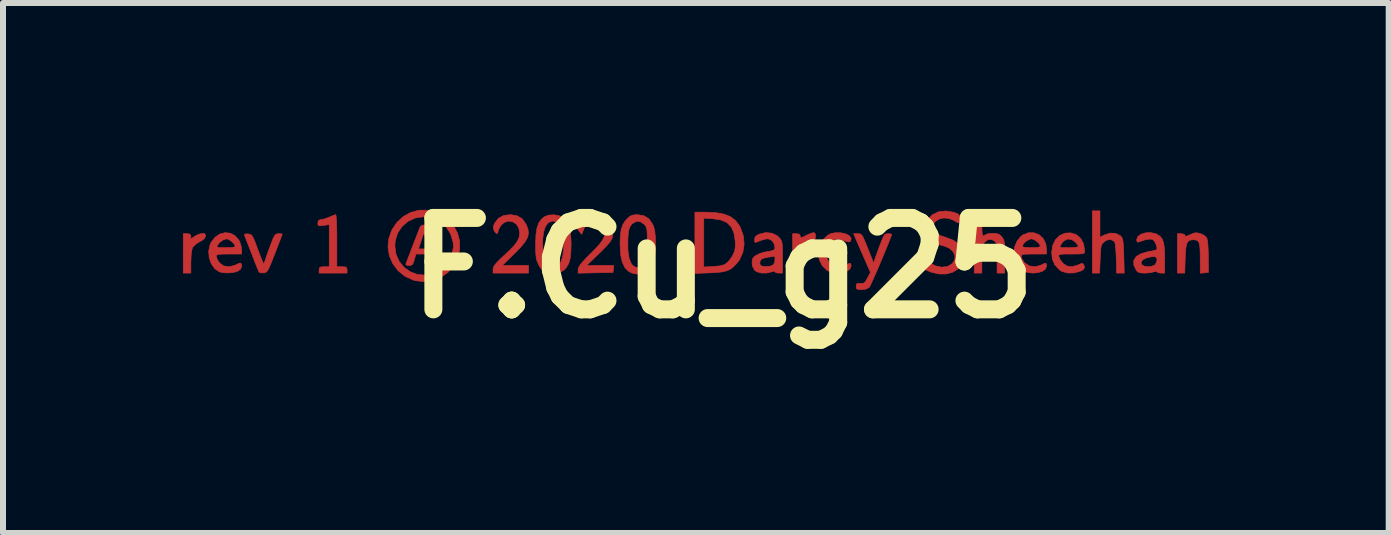
<source format=kicad_pcb>
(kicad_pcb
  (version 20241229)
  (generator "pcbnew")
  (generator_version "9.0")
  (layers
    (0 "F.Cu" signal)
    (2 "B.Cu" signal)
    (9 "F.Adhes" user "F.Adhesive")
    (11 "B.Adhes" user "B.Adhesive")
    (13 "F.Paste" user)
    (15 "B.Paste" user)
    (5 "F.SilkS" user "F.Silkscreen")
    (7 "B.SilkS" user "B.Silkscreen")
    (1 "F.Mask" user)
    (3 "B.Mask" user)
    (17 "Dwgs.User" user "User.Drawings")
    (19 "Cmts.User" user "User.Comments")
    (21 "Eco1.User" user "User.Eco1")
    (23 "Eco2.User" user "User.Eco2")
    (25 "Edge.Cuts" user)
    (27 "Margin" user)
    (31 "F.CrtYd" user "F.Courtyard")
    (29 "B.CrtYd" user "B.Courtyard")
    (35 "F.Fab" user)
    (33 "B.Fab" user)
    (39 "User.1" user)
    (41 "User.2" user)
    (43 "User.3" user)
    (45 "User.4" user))
  (footprint "F.Cu_g25"
    (layer "F.Cu")
    (at 9.001 1.418)
    (property "Reference" "F.Cu_g25" (at 0 0 0) (layer "F.SilkS") (effects (font (size 1.524 1.524) (thickness 0.3))))
    (attr through_hole)
    (fp_poly (pts (xy -8.643 -0.575) (xy -8.627 -0.555) (xy -8.625 -0.535) (xy -8.638 -0.497) (xy -8.681 -0.461) (xy -8.721 -0.44) (xy -8.782 -0.401) (xy -8.829 -0.357) (xy -8.842 -0.339) (xy -8.854 -0.292) (xy -8.864 -0.217) (xy -8.868 -0.125) (xy -8.869 -0.101) (xy -8.869 0.085) (xy -8.996 0.085) (xy -8.996 -0.572) (xy -8.932 -0.572) (xy -8.886 -0.565) (xy -8.87 -0.54) (xy -8.869 -0.528) (xy -8.869 -0.484) (xy -8.809 -0.526) (xy -8.748 -0.558) (xy -8.688 -0.575) (xy -8.643 -0.575)) (stroke (width 0.01) (type solid)) (fill yes) (layer "F.Cu"))
    (fp_poly (pts (xy 1.537 -0.578) (xy 1.545 -0.541) (xy 1.545 -0.529) (xy 1.538 -0.481) (xy 1.512 -0.466) (xy 1.508 -0.466) (xy 1.466 -0.455) (xy 1.411 -0.429) (xy 1.404 -0.424) (xy 1.353 -0.38) (xy 1.319 -0.314) (xy 1.299 -0.221) (xy 1.291 -0.094) (xy 1.291 -0.069) (xy 1.291 0.085) (xy 1.164 0.085) (xy 1.164 -0.572) (xy 1.228 -0.572) (xy 1.275 -0.564) (xy 1.291 -0.539) (xy 1.291 -0.532) (xy 1.294 -0.511) (xy 1.309 -0.506) (xy 1.345 -0.52) (xy 1.39 -0.543) (xy 1.466 -0.578) (xy 1.513 -0.59) (xy 1.537 -0.578)) (stroke (width 0.01) (type solid)) (fill yes) (layer "F.Cu"))
    (fp_poly (pts (xy 6.287 -0.513) (xy 6.369 -0.554) (xy 6.461 -0.582) (xy 6.55 -0.577) (xy 6.624 -0.54) (xy 6.64 -0.525) (xy 6.656 -0.501) (xy 6.667 -0.466) (xy 6.675 -0.411) (xy 6.681 -0.331) (xy 6.685 -0.216) (xy 6.685 -0.199) (xy 6.692 0.085) (xy 6.565 0.085) (xy 6.558 -0.168) (xy 6.554 -0.269) (xy 6.547 -0.353) (xy 6.539 -0.414) (xy 6.53 -0.441) (xy 6.469 -0.474) (xy 6.403 -0.466) (xy 6.359 -0.438) (xy 6.333 -0.414) (xy 6.316 -0.388) (xy 6.305 -0.351) (xy 6.298 -0.294) (xy 6.293 -0.209) (xy 6.291 -0.151) (xy 6.281 0.085) (xy 6.16 0.085) (xy 6.16 -0.953) (xy 6.287 -0.953) (xy 6.287 -0.513)) (stroke (width 0.01) (type solid)) (fill yes) (layer "F.Cu"))
    (fp_poly (pts (xy -6.448 -0.869) (xy -6.443 -0.813) (xy -6.439 -0.726) (xy -6.436 -0.616) (xy -6.435 -0.489) (xy -6.435 -0.455) (xy -6.435 -0.021) (xy -6.35 -0.021) (xy -6.295 -0.018) (xy -6.271 -0.005) (xy -6.265 0.027) (xy -6.265 0.032) (xy -6.265 0.085) (xy -6.731 0.085) (xy -6.731 0.032) (xy -6.726 -0.002) (xy -6.705 -0.017) (xy -6.654 -0.021) (xy -6.646 -0.021) (xy -6.562 -0.021) (xy -6.562 -0.724) (xy -6.657 -0.71) (xy -6.715 -0.703) (xy -6.743 -0.708) (xy -6.752 -0.729) (xy -6.752 -0.75) (xy -6.743 -0.792) (xy -6.71 -0.805) (xy -6.705 -0.805) (xy -6.657 -0.814) (xy -6.592 -0.836) (xy -6.565 -0.847) (xy -6.506 -0.872) (xy -6.464 -0.887) (xy -6.454 -0.889) (xy -6.448 -0.869)) (stroke (width 0.01) (type solid)) (fill yes) (layer "F.Cu"))
    (fp_poly (pts (xy 7.96 -0.574) (xy 8.019 -0.547) (xy 8.062 -0.511) (xy 8.067 -0.503) (xy 8.078 -0.461) (xy 8.087 -0.385) (xy 8.092 -0.281) (xy 8.094 -0.191) (xy 8.096 0.074) (xy 8.027 0.081) (xy 7.959 0.087) (xy 7.959 -0.165) (xy 7.957 -0.285) (xy 7.951 -0.369) (xy 7.938 -0.424) (xy 7.916 -0.455) (xy 7.882 -0.468) (xy 7.84 -0.471) (xy 7.792 -0.465) (xy 7.757 -0.445) (xy 7.734 -0.403) (xy 7.719 -0.334) (xy 7.711 -0.232) (xy 7.708 -0.158) (xy 7.701 0.085) (xy 7.578 0.085) (xy 7.578 -0.572) (xy 7.641 -0.572) (xy 7.69 -0.563) (xy 7.705 -0.542) (xy 7.713 -0.528) (xy 7.744 -0.535) (xy 7.791 -0.556) (xy 7.852 -0.582) (xy 7.901 -0.587) (xy 7.96 -0.574)) (stroke (width 0.01) (type solid)) (fill yes) (layer "F.Cu"))
    (fp_poly (pts (xy -0.126 -0.924) (xy 0.013 -0.9) (xy 0.123 -0.858) (xy 0.208 -0.795) (xy 0.274 -0.709) (xy 0.29 -0.679) (xy 0.341 -0.539) (xy 0.355 -0.397) (xy 0.333 -0.259) (xy 0.277 -0.135) (xy 0.24 -0.087) (xy 0.183 -0.025) (xy 0.127 0.019) (xy 0.063 0.048) (xy -0.018 0.066) (xy -0.125 0.076) (xy -0.217 0.081) (xy -0.466 0.09) (xy -0.466 -0.017) (xy -0.318 -0.017) (xy -0.16 -0.025) (xy -0.059 -0.034) (xy 0.011 -0.051) (xy 0.057 -0.076) (xy 0.103 -0.121) (xy 0.15 -0.185) (xy 0.166 -0.213) (xy 0.194 -0.275) (xy 0.206 -0.335) (xy 0.208 -0.412) (xy 0.206 -0.448) (xy 0.185 -0.584) (xy 0.14 -0.686) (xy 0.068 -0.758) (xy -0.035 -0.802) (xy -0.163 -0.821) (xy -0.318 -0.831) (xy -0.318 -0.017) (xy -0.466 -0.017) (xy -0.466 -0.931) (xy -0.299 -0.931) (xy -0.126 -0.924)) (stroke (width 0.01) (type solid)) (fill yes) (layer "F.Cu"))
    (fp_poly (pts (xy 4.318 -0.741) (xy 4.319 -0.638) (xy 4.324 -0.572) (xy 4.334 -0.539) (xy 4.351 -0.534) (xy 4.375 -0.553) (xy 4.377 -0.554) (xy 4.411 -0.569) (xy 4.471 -0.577) (xy 4.501 -0.579) (xy 4.57 -0.574) (xy 4.615 -0.554) (xy 4.649 -0.521) (xy 4.67 -0.495) (xy 4.684 -0.466) (xy 4.692 -0.426) (xy 4.697 -0.367) (xy 4.699 -0.281) (xy 4.699 -0.189) (xy 4.699 0.085) (xy 4.572 0.085) (xy 4.572 -0.167) (xy 4.571 -0.28) (xy 4.567 -0.359) (xy 4.557 -0.41) (xy 4.539 -0.442) (xy 4.51 -0.462) (xy 4.472 -0.475) (xy 4.426 -0.475) (xy 4.378 -0.442) (xy 4.371 -0.436) (xy 4.348 -0.41) (xy 4.333 -0.383) (xy 4.324 -0.344) (xy 4.319 -0.285) (xy 4.318 -0.196) (xy 4.318 -0.149) (xy 4.318 0.085) (xy 4.191 0.085) (xy 4.191 -0.953) (xy 4.318 -0.953) (xy 4.318 -0.741)) (stroke (width 0.01) (type solid)) (fill yes) (layer "F.Cu"))
    (fp_poly (pts (xy 1.965 -0.587) (xy 2.045 -0.57) (xy 2.105 -0.541) (xy 2.136 -0.503) (xy 2.138 -0.489) (xy 2.129 -0.447) (xy 2.098 -0.434) (xy 2.04 -0.449) (xy 2.024 -0.455) (xy 1.944 -0.482) (xy 1.882 -0.48) (xy 1.824 -0.45) (xy 1.803 -0.434) (xy 1.744 -0.359) (xy 1.721 -0.267) (xy 1.735 -0.169) (xy 1.75 -0.133) (xy 1.799 -0.064) (xy 1.866 -0.029) (xy 1.953 -0.028) (xy 2.064 -0.059) (xy 2.101 -0.073) (xy 2.128 -0.077) (xy 2.137 -0.05) (xy 2.138 -0.035) (xy 2.119 0.016) (xy 2.069 0.054) (xy 1.997 0.078) (xy 1.914 0.086) (xy 1.828 0.076) (xy 1.751 0.047) (xy 1.734 0.037) (xy 1.656 -0.04) (xy 1.609 -0.136) (xy 1.593 -0.244) (xy 1.61 -0.353) (xy 1.661 -0.455) (xy 1.691 -0.492) (xy 1.747 -0.545) (xy 1.798 -0.573) (xy 1.864 -0.586) (xy 1.875 -0.587) (xy 1.965 -0.587)) (stroke (width 0.01) (type solid)) (fill yes) (layer "F.Cu"))
    (fp_poly (pts (xy -3.433 -0.872) (xy -3.347 -0.822) (xy -3.284 -0.736) (xy -3.28 -0.729) (xy -3.25 -0.653) (xy -3.241 -0.584) (xy -3.254 -0.515) (xy -3.294 -0.442) (xy -3.362 -0.357) (xy -3.46 -0.254) (xy -3.487 -0.228) (xy -3.678 -0.042) (xy -3.239 -0.042) (xy -3.239 0.085) (xy -3.831 0.085) (xy -3.831 0.023) (xy -3.826 -0.01) (xy -3.806 -0.047) (xy -3.766 -0.093) (xy -3.703 -0.157) (xy -3.651 -0.205) (xy -3.548 -0.302) (xy -3.474 -0.38) (xy -3.426 -0.445) (xy -3.399 -0.504) (xy -3.388 -0.562) (xy -3.387 -0.587) (xy -3.403 -0.672) (xy -3.446 -0.735) (xy -3.507 -0.773) (xy -3.577 -0.782) (xy -3.646 -0.758) (xy -3.692 -0.718) (xy -3.727 -0.666) (xy -3.746 -0.62) (xy -3.747 -0.612) (xy -3.756 -0.577) (xy -3.779 -0.577) (xy -3.807 -0.61) (xy -3.814 -0.626) (xy -3.827 -0.67) (xy -3.818 -0.715) (xy -3.799 -0.754) (xy -3.739 -0.831) (xy -3.655 -0.875) (xy -3.544 -0.889) (xy -3.433 -0.872)) (stroke (width 0.01) (type solid)) (fill yes) (layer "F.Cu"))
    (fp_poly (pts (xy -2.058 -0.886) (xy -2.007 -0.873) (xy -1.962 -0.844) (xy -1.934 -0.82) (xy -1.871 -0.743) (xy -1.845 -0.666) (xy -1.835 -0.596) (xy -1.836 -0.538) (xy -1.85 -0.486) (xy -1.883 -0.432) (xy -1.938 -0.368) (xy -2.019 -0.286) (xy -2.057 -0.249) (xy -2.27 -0.042) (xy -1.818 -0.042) (xy -1.824 0.016) (xy -1.831 0.074) (xy -2.122 0.08) (xy -2.413 0.086) (xy -2.413 0.027) (xy -2.406 -0.006) (xy -2.383 -0.046) (xy -2.34 -0.1) (xy -2.271 -0.173) (xy -2.221 -0.223) (xy -2.124 -0.321) (xy -2.054 -0.398) (xy -2.009 -0.46) (xy -1.982 -0.512) (xy -1.97 -0.562) (xy -1.968 -0.593) (xy -1.986 -0.66) (xy -2.031 -0.722) (xy -2.091 -0.768) (xy -2.148 -0.783) (xy -2.221 -0.771) (xy -2.274 -0.731) (xy -2.316 -0.655) (xy -2.317 -0.652) (xy -2.353 -0.561) (xy -2.393 -0.61) (xy -2.417 -0.643) (xy -2.422 -0.671) (xy -2.407 -0.71) (xy -2.392 -0.741) (xy -2.342 -0.819) (xy -2.282 -0.865) (xy -2.202 -0.886) (xy -2.133 -0.889) (xy -2.058 -0.886)) (stroke (width 0.01) (type solid)) (fill yes) (layer "F.Cu"))
    (fp_poly (pts (xy -7.363 -0.57) (xy -7.345 -0.565) (xy -7.352 -0.544) (xy -7.372 -0.491) (xy -7.403 -0.412) (xy -7.44 -0.313) (xy -7.468 -0.242) (xy -7.514 -0.124) (xy -7.549 -0.04) (xy -7.575 0.017) (xy -7.596 0.052) (xy -7.616 0.07) (xy -7.638 0.078) (xy -7.656 0.081) (xy -7.705 0.08) (xy -7.732 0.07) (xy -7.732 0.07) (xy -7.743 0.045) (xy -7.766 -0.012) (xy -7.799 -0.093) (xy -7.837 -0.192) (xy -7.853 -0.233) (xy -7.893 -0.337) (xy -7.929 -0.428) (xy -7.956 -0.498) (xy -7.972 -0.54) (xy -7.975 -0.547) (xy -7.971 -0.565) (xy -7.934 -0.569) (xy -7.915 -0.568) (xy -7.885 -0.563) (xy -7.862 -0.552) (xy -7.842 -0.528) (xy -7.819 -0.484) (xy -7.791 -0.412) (xy -7.758 -0.323) (xy -7.723 -0.23) (xy -7.693 -0.152) (xy -7.67 -0.097) (xy -7.659 -0.074) (xy -7.647 -0.085) (xy -7.63 -0.126) (xy -7.622 -0.15) (xy -7.602 -0.212) (xy -7.572 -0.297) (xy -7.538 -0.388) (xy -7.532 -0.404) (xy -7.5 -0.486) (xy -7.476 -0.536) (xy -7.454 -0.561) (xy -7.428 -0.57) (xy -7.406 -0.572) (xy -7.363 -0.57)) (stroke (width 0.01) (type solid)) (fill yes) (layer "F.Cu"))
    (fp_poly (pts (xy -4.958 -0.709) (xy -4.938 -0.692) (xy -4.915 -0.659) (xy -4.887 -0.604) (xy -4.851 -0.522) (xy -4.803 -0.407) (xy -4.792 -0.381) (xy -4.747 -0.272) (xy -4.709 -0.178) (xy -4.679 -0.105) (xy -4.661 -0.06) (xy -4.657 -0.048) (xy -4.675 -0.044) (xy -4.717 -0.042) (xy -4.757 -0.048) (xy -4.784 -0.072) (xy -4.809 -0.124) (xy -4.814 -0.138) (xy -4.851 -0.233) (xy -5.117 -0.233) (xy -5.144 -0.138) (xy -5.163 -0.079) (xy -5.184 -0.051) (xy -5.218 -0.043) (xy -5.233 -0.042) (xy -5.276 -0.047) (xy -5.286 -0.064) (xy -5.281 -0.079) (xy -5.268 -0.112) (xy -5.244 -0.176) (xy -5.21 -0.262) (xy -5.189 -0.318) (xy -5.075 -0.318) (xy -4.981 -0.318) (xy -4.923 -0.319) (xy -4.899 -0.328) (xy -4.897 -0.35) (xy -4.901 -0.365) (xy -4.919 -0.415) (xy -4.943 -0.481) (xy -4.95 -0.499) (xy -4.985 -0.586) (xy -5.03 -0.452) (xy -5.075 -0.318) (xy -5.189 -0.318) (xy -5.172 -0.362) (xy -5.165 -0.381) (xy -5.126 -0.482) (xy -5.091 -0.572) (xy -5.065 -0.641) (xy -5.049 -0.68) (xy -5.048 -0.684) (xy -5.015 -0.714) (xy -4.979 -0.716) (xy -4.958 -0.709)) (stroke (width 0.01) (type solid)) (fill yes) (layer "F.Cu"))
    (fp_poly (pts (xy 2.279 -0.57) (xy 2.302 -0.562) (xy 2.322 -0.541) (xy 2.344 -0.501) (xy 2.373 -0.434) (xy 2.413 -0.335) (xy 2.417 -0.326) (xy 2.514 -0.081) (xy 2.54 -0.162) (xy 2.561 -0.222) (xy 2.59 -0.304) (xy 2.624 -0.394) (xy 2.629 -0.407) (xy 2.661 -0.488) (xy 2.684 -0.537) (xy 2.706 -0.562) (xy 2.732 -0.571) (xy 2.753 -0.572) (xy 2.797 -0.569) (xy 2.815 -0.563) (xy 2.807 -0.535) (xy 2.785 -0.476) (xy 2.752 -0.392) (xy 2.71 -0.291) (xy 2.664 -0.179) (xy 2.615 -0.063) (xy 2.567 0.049) (xy 2.522 0.15) (xy 2.485 0.234) (xy 2.457 0.294) (xy 2.442 0.321) (xy 2.441 0.321) (xy 2.387 0.352) (xy 2.314 0.36) (xy 2.257 0.358) (xy 2.23 0.346) (xy 2.223 0.318) (xy 2.223 0.306) (xy 2.227 0.269) (xy 2.251 0.256) (xy 2.291 0.258) (xy 2.334 0.258) (xy 2.364 0.242) (xy 2.393 0.201) (xy 2.41 0.169) (xy 2.461 0.074) (xy 2.35 -0.18) (xy 2.305 -0.282) (xy 2.264 -0.376) (xy 2.231 -0.452) (xy 2.21 -0.5) (xy 2.209 -0.503) (xy 2.18 -0.572) (xy 2.249 -0.572) (xy 2.279 -0.57)) (stroke (width 0.01) (type solid)) (fill yes) (layer "F.Cu"))
    (fp_poly (pts (xy -4.872 -0.957) (xy -4.721 -0.906) (xy -4.593 -0.823) (xy -4.494 -0.713) (xy -4.493 -0.712) (xy -4.422 -0.579) (xy -4.388 -0.445) (xy -4.388 -0.312) (xy -4.421 -0.165) (xy -4.488 -0.035) (xy -4.583 0.073) (xy -4.701 0.155) (xy -4.835 0.208) (xy -4.979 0.228) (xy -5.129 0.211) (xy -5.161 0.201) (xy -5.3 0.138) (xy -5.415 0.044) (xy -5.503 -0.074) (xy -5.561 -0.208) (xy -5.583 -0.353) (xy -5.581 -0.37) (xy -5.468 -0.37) (xy -5.45 -0.232) (xy -5.397 -0.112) (xy -5.317 -0.013) (xy -5.215 0.061) (xy -5.097 0.106) (xy -4.97 0.119) (xy -4.839 0.096) (xy -4.766 0.065) (xy -4.66 -0.01) (xy -4.575 -0.11) (xy -4.517 -0.225) (xy -4.492 -0.347) (xy -4.496 -0.425) (xy -4.538 -0.567) (xy -4.612 -0.684) (xy -4.713 -0.774) (xy -4.837 -0.832) (xy -4.978 -0.854) (xy -4.987 -0.854) (xy -5.124 -0.835) (xy -5.246 -0.78) (xy -5.346 -0.695) (xy -5.42 -0.586) (xy -5.461 -0.456) (xy -5.468 -0.37) (xy -5.581 -0.37) (xy -5.571 -0.481) (xy -5.521 -0.629) (xy -5.439 -0.754) (xy -5.332 -0.855) (xy -5.205 -0.926) (xy -5.065 -0.964) (xy -4.916 -0.964) (xy -4.872 -0.957)) (stroke (width 0.01) (type solid)) (fill yes) (layer "F.Cu"))
    (fp_poly (pts (xy -2.723 -0.869) (xy -2.686 -0.852) (xy -2.619 -0.796) (xy -2.572 -0.714) (xy -2.543 -0.602) (xy -2.531 -0.456) (xy -2.53 -0.402) (xy -2.534 -0.262) (xy -2.546 -0.156) (xy -2.571 -0.074) (xy -2.608 -0.01) (xy -2.645 0.031) (xy -2.72 0.078) (xy -2.813 0.1) (xy -2.907 0.096) (xy -2.967 0.075) (xy -3.009 0.037) (xy -3.053 -0.022) (xy -3.072 -0.058) (xy -3.095 -0.108) (xy -3.109 -0.157) (xy -3.117 -0.217) (xy -3.121 -0.298) (xy -3.121 -0.402) (xy -3.121 -0.419) (xy -3.006 -0.419) (xy -2.997 -0.282) (xy -2.975 -0.168) (xy -2.939 -0.081) (xy -2.894 -0.023) (xy -2.841 0.002) (xy -2.784 -0.01) (xy -2.734 -0.05) (xy -2.696 -0.112) (xy -2.67 -0.2) (xy -2.656 -0.304) (xy -2.652 -0.416) (xy -2.66 -0.527) (xy -2.678 -0.627) (xy -2.706 -0.707) (xy -2.744 -0.759) (xy -2.763 -0.77) (xy -2.842 -0.783) (xy -2.907 -0.758) (xy -2.957 -0.695) (xy -2.989 -0.597) (xy -3.005 -0.466) (xy -3.006 -0.419) (xy -3.121 -0.419) (xy -3.116 -0.552) (xy -3.099 -0.666) (xy -3.068 -0.753) (xy -3.022 -0.816) (xy -2.976 -0.854) (xy -2.902 -0.882) (xy -2.811 -0.887) (xy -2.723 -0.869)) (stroke (width 0.01) (type solid)) (fill yes) (layer "F.Cu"))
    (fp_poly (pts (xy -8.211 -0.58) (xy -8.132 -0.538) (xy -8.068 -0.464) (xy -8.051 -0.429) (xy -8.03 -0.361) (xy -8.022 -0.297) (xy -8.022 -0.233) (xy -8.234 -0.233) (xy -8.33 -0.232) (xy -8.392 -0.229) (xy -8.427 -0.223) (xy -8.442 -0.211) (xy -8.445 -0.193) (xy -8.445 -0.192) (xy -8.432 -0.15) (xy -8.4 -0.098) (xy -8.391 -0.086) (xy -8.322 -0.035) (xy -8.237 -0.02) (xy -8.144 -0.042) (xy -8.12 -0.053) (xy -8.064 -0.079) (xy -8.034 -0.079) (xy -8.023 -0.052) (xy -8.022 -0.032) (xy -8.039 0.018) (xy -8.085 0.052) (xy -8.153 0.073) (xy -8.241 0.082) (xy -8.329 0.079) (xy -8.393 0.064) (xy -8.47 0.011) (xy -8.528 -0.071) (xy -8.563 -0.171) (xy -8.572 -0.278) (xy -8.556 -0.359) (xy -8.433 -0.359) (xy -8.426 -0.347) (xy -8.396 -0.341) (xy -8.335 -0.339) (xy -8.287 -0.339) (xy -8.203 -0.341) (xy -8.147 -0.349) (xy -8.128 -0.361) (xy -8.144 -0.396) (xy -8.183 -0.437) (xy -8.23 -0.472) (xy -8.27 -0.487) (xy -8.27 -0.487) (xy -8.327 -0.47) (xy -8.386 -0.429) (xy -8.425 -0.38) (xy -8.433 -0.359) (xy -8.556 -0.359) (xy -8.551 -0.383) (xy -8.533 -0.424) (xy -8.468 -0.511) (xy -8.387 -0.566) (xy -8.299 -0.589) (xy -8.211 -0.58)) (stroke (width 0.01) (type solid)) (fill yes) (layer "F.Cu"))
    (fp_poly (pts (xy 5.189 -0.587) (xy 5.273 -0.554) (xy 5.341 -0.491) (xy 5.384 -0.403) (xy 5.397 -0.309) (xy 5.397 -0.233) (xy 5.186 -0.233) (xy 5.09 -0.232) (xy 5.028 -0.23) (xy 4.993 -0.223) (xy 4.978 -0.212) (xy 4.974 -0.193) (xy 4.974 -0.189) (xy 4.989 -0.146) (xy 5.024 -0.096) (xy 5.036 -0.083) (xy 5.112 -0.034) (xy 5.203 -0.021) (xy 5.294 -0.043) (xy 5.313 -0.053) (xy 5.364 -0.078) (xy 5.389 -0.077) (xy 5.397 -0.047) (xy 5.397 -0.032) (xy 5.379 0.017) (xy 5.328 0.054) (xy 5.256 0.077) (xy 5.173 0.085) (xy 5.087 0.076) (xy 5.009 0.047) (xy 4.999 0.042) (xy 4.935 -0.018) (xy 4.883 -0.105) (xy 4.853 -0.202) (xy 4.848 -0.254) (xy 4.864 -0.35) (xy 4.872 -0.369) (xy 4.995 -0.369) (xy 5.005 -0.352) (xy 5.041 -0.343) (xy 5.108 -0.339) (xy 5.144 -0.339) (xy 5.225 -0.341) (xy 5.272 -0.348) (xy 5.29 -0.362) (xy 5.292 -0.369) (xy 5.275 -0.404) (xy 5.234 -0.444) (xy 5.184 -0.475) (xy 5.144 -0.487) (xy 5.099 -0.473) (xy 5.049 -0.441) (xy 5.01 -0.401) (xy 4.995 -0.369) (xy 4.872 -0.369) (xy 4.904 -0.445) (xy 4.963 -0.521) (xy 4.999 -0.55) (xy 5.096 -0.588) (xy 5.189 -0.587)) (stroke (width 0.01) (type solid)) (fill yes) (layer "F.Cu"))
    (fp_poly (pts (xy 5.891 -0.557) (xy 5.965 -0.494) (xy 6.014 -0.403) (xy 6.032 -0.289) (xy 6.032 -0.28) (xy 6.031 -0.259) (xy 6.02 -0.245) (xy 5.993 -0.238) (xy 5.942 -0.234) (xy 5.86 -0.233) (xy 5.812 -0.233) (xy 5.714 -0.233) (xy 5.651 -0.23) (xy 5.616 -0.225) (xy 5.601 -0.215) (xy 5.601 -0.197) (xy 5.603 -0.185) (xy 5.625 -0.138) (xy 5.664 -0.085) (xy 5.669 -0.079) (xy 5.739 -0.032) (xy 5.825 -0.022) (xy 5.92 -0.05) (xy 5.931 -0.055) (xy 5.977 -0.075) (xy 6.003 -0.073) (xy 6.014 -0.06) (xy 6.031 -0.012) (xy 6.011 0.025) (xy 5.959 0.054) (xy 5.853 0.082) (xy 5.747 0.083) (xy 5.654 0.057) (xy 5.61 0.029) (xy 5.535 -0.052) (xy 5.494 -0.146) (xy 5.482 -0.258) (xy 5.497 -0.362) (xy 5.622 -0.362) (xy 5.625 -0.348) (xy 5.65 -0.341) (xy 5.704 -0.339) (xy 5.767 -0.339) (xy 5.852 -0.341) (xy 5.907 -0.349) (xy 5.927 -0.361) (xy 5.913 -0.39) (xy 5.879 -0.43) (xy 5.875 -0.435) (xy 5.808 -0.478) (xy 5.74 -0.482) (xy 5.677 -0.446) (xy 5.633 -0.386) (xy 5.622 -0.362) (xy 5.497 -0.362) (xy 5.499 -0.375) (xy 5.545 -0.471) (xy 5.617 -0.542) (xy 5.707 -0.581) (xy 5.796 -0.586) (xy 5.891 -0.557)) (stroke (width 0.01) (type solid)) (fill yes) (layer "F.Cu"))
    (fp_poly (pts (xy -1.317 -0.872) (xy -1.234 -0.82) (xy -1.171 -0.731) (xy -1.153 -0.689) (xy -1.135 -0.614) (xy -1.125 -0.513) (xy -1.122 -0.397) (xy -1.127 -0.279) (xy -1.139 -0.171) (xy -1.157 -0.085) (xy -1.171 -0.047) (xy -1.236 0.035) (xy -1.322 0.086) (xy -1.419 0.103) (xy -1.516 0.085) (xy -1.568 0.058) (xy -1.632 -0.005) (xy -1.677 -0.098) (xy -1.704 -0.223) (xy -1.713 -0.384) (xy -1.713 -0.392) (xy -1.712 -0.458) (xy -1.584 -0.458) (xy -1.582 -0.292) (xy -1.563 -0.164) (xy -1.527 -0.073) (xy -1.5 -0.04) (xy -1.442 -0.007) (xy -1.378 -0.012) (xy -1.318 -0.054) (xy -1.304 -0.07) (xy -1.285 -0.099) (xy -1.273 -0.133) (xy -1.265 -0.18) (xy -1.261 -0.249) (xy -1.26 -0.348) (xy -1.259 -0.402) (xy -1.26 -0.514) (xy -1.262 -0.593) (xy -1.267 -0.645) (xy -1.277 -0.681) (xy -1.292 -0.707) (xy -1.312 -0.73) (xy -1.376 -0.773) (xy -1.444 -0.776) (xy -1.508 -0.74) (xy -1.532 -0.713) (xy -1.555 -0.674) (xy -1.57 -0.625) (xy -1.579 -0.554) (xy -1.584 -0.458) (xy -1.712 -0.458) (xy -1.709 -0.533) (xy -1.695 -0.641) (xy -1.666 -0.724) (xy -1.623 -0.792) (xy -1.598 -0.819) (xy -1.548 -0.863) (xy -1.5 -0.883) (xy -1.433 -0.889) (xy -1.422 -0.889) (xy -1.317 -0.872)) (stroke (width 0.01) (type solid)) (fill yes) (layer "F.Cu"))
    (fp_poly (pts (xy 3.85 -0.929) (xy 3.857 -0.927) (xy 3.923 -0.9) (xy 3.953 -0.864) (xy 3.953 -0.811) (xy 3.949 -0.793) (xy 3.937 -0.756) (xy 3.917 -0.754) (xy 3.889 -0.772) (xy 3.836 -0.8) (xy 3.77 -0.825) (xy 3.763 -0.827) (xy 3.682 -0.834) (xy 3.606 -0.816) (xy 3.545 -0.778) (xy 3.507 -0.726) (xy 3.501 -0.666) (xy 3.503 -0.655) (xy 3.527 -0.607) (xy 3.57 -0.569) (xy 3.64 -0.536) (xy 3.724 -0.508) (xy 3.848 -0.46) (xy 3.933 -0.397) (xy 3.984 -0.317) (xy 4.003 -0.214) (xy 4.001 -0.148) (xy 3.974 -0.054) (xy 3.915 0.02) (xy 3.829 0.072) (xy 3.724 0.099) (xy 3.606 0.1) (xy 3.48 0.071) (xy 3.456 0.062) (xy 3.394 0.036) (xy 3.362 0.015) (xy 3.354 -0.011) (xy 3.359 -0.049) (xy 3.371 -0.104) (xy 3.386 -0.122) (xy 3.415 -0.109) (xy 3.444 -0.089) (xy 3.544 -0.036) (xy 3.646 -0.014) (xy 3.739 -0.024) (xy 3.755 -0.029) (xy 3.828 -0.076) (xy 3.865 -0.137) (xy 3.87 -0.203) (xy 3.843 -0.267) (xy 3.787 -0.323) (xy 3.703 -0.362) (xy 3.669 -0.37) (xy 3.553 -0.407) (xy 3.462 -0.466) (xy 3.4 -0.542) (xy 3.369 -0.629) (xy 3.374 -0.721) (xy 3.412 -0.804) (xy 3.492 -0.887) (xy 3.594 -0.937) (xy 3.715 -0.951) (xy 3.85 -0.929)) (stroke (width 0.01) (type solid)) (fill yes) (layer "F.Cu"))
    (fp_poly (pts (xy 7.202 -0.576) (xy 7.24 -0.561) (xy 7.29 -0.527) (xy 7.325 -0.483) (xy 7.348 -0.42) (xy 7.361 -0.332) (xy 7.366 -0.211) (xy 7.366 -0.16) (xy 7.366 0.085) (xy 7.303 0.085) (xy 7.258 0.079) (xy 7.239 0.064) (xy 7.239 0.064) (xy 7.222 0.054) (xy 7.185 0.064) (xy 7.13 0.077) (xy 7.057 0.084) (xy 7.026 0.085) (xy 6.958 0.081) (xy 6.917 0.065) (xy 6.892 0.037) (xy 6.851 -0.051) (xy 6.851 -0.099) (xy 6.972 -0.099) (xy 6.979 -0.061) (xy 7.021 -0.032) (xy 7.092 -0.021) (xy 7.155 -0.03) (xy 7.202 -0.051) (xy 7.206 -0.054) (xy 7.232 -0.102) (xy 7.239 -0.139) (xy 7.229 -0.175) (xy 7.195 -0.19) (xy 7.132 -0.185) (xy 7.066 -0.169) (xy 7.001 -0.138) (xy 6.972 -0.099) (xy 6.851 -0.099) (xy 6.851 -0.127) (xy 6.891 -0.19) (xy 6.969 -0.238) (xy 7.085 -0.271) (xy 7.089 -0.272) (xy 7.16 -0.285) (xy 7.213 -0.298) (xy 7.235 -0.306) (xy 7.238 -0.335) (xy 7.226 -0.383) (xy 7.203 -0.434) (xy 7.176 -0.469) (xy 7.171 -0.473) (xy 7.121 -0.483) (xy 7.045 -0.471) (xy 6.95 -0.44) (xy 6.937 -0.435) (xy 6.91 -0.431) (xy 6.901 -0.458) (xy 6.9 -0.475) (xy 6.919 -0.525) (xy 6.969 -0.562) (xy 7.04 -0.585) (xy 7.121 -0.591) (xy 7.202 -0.576)) (stroke (width 0.01) (type solid)) (fill yes) (layer "F.Cu"))
    (fp_poly (pts (xy 0.814 -0.581) (xy 0.902 -0.541) (xy 0.936 -0.51) (xy 0.96 -0.481) (xy 0.977 -0.453) (xy 0.987 -0.417) (xy 0.992 -0.365) (xy 0.994 -0.288) (xy 0.995 -0.18) (xy 0.995 0.085) (xy 0.931 0.085) (xy 0.887 0.079) (xy 0.868 0.064) (xy 0.868 0.064) (xy 0.851 0.054) (xy 0.814 0.064) (xy 0.728 0.084) (xy 0.64 0.083) (xy 0.566 0.063) (xy 0.53 0.038) (xy 0.494 -0.03) (xy 0.49 -0.064) (xy 0.617 -0.064) (xy 0.64 -0.035) (xy 0.64 -0.035) (xy 0.703 -0.024) (xy 0.776 -0.028) (xy 0.827 -0.043) (xy 0.861 -0.084) (xy 0.868 -0.131) (xy 0.868 -0.196) (xy 0.769 -0.183) (xy 0.704 -0.17) (xy 0.654 -0.153) (xy 0.642 -0.146) (xy 0.618 -0.107) (xy 0.617 -0.064) (xy 0.49 -0.064) (xy 0.487 -0.089) (xy 0.493 -0.148) (xy 0.52 -0.187) (xy 0.556 -0.212) (xy 0.624 -0.244) (xy 0.696 -0.265) (xy 0.699 -0.266) (xy 0.782 -0.28) (xy 0.833 -0.292) (xy 0.858 -0.307) (xy 0.867 -0.327) (xy 0.868 -0.345) (xy 0.852 -0.411) (xy 0.812 -0.462) (xy 0.758 -0.486) (xy 0.75 -0.487) (xy 0.695 -0.479) (xy 0.63 -0.458) (xy 0.621 -0.455) (xy 0.565 -0.432) (xy 0.538 -0.427) (xy 0.53 -0.443) (xy 0.529 -0.477) (xy 0.539 -0.518) (xy 0.575 -0.549) (xy 0.608 -0.564) (xy 0.713 -0.59) (xy 0.814 -0.581)) (stroke (width 0.01) (type solid)) (fill yes) (layer "F.Cu")))
  (gr_rect
    (start -3 -3)
    (end 20.102 5.836)
    (stroke (width 0.1) (type default))
    (fill no)
    (layer "Edge.Cuts")))
</source>
